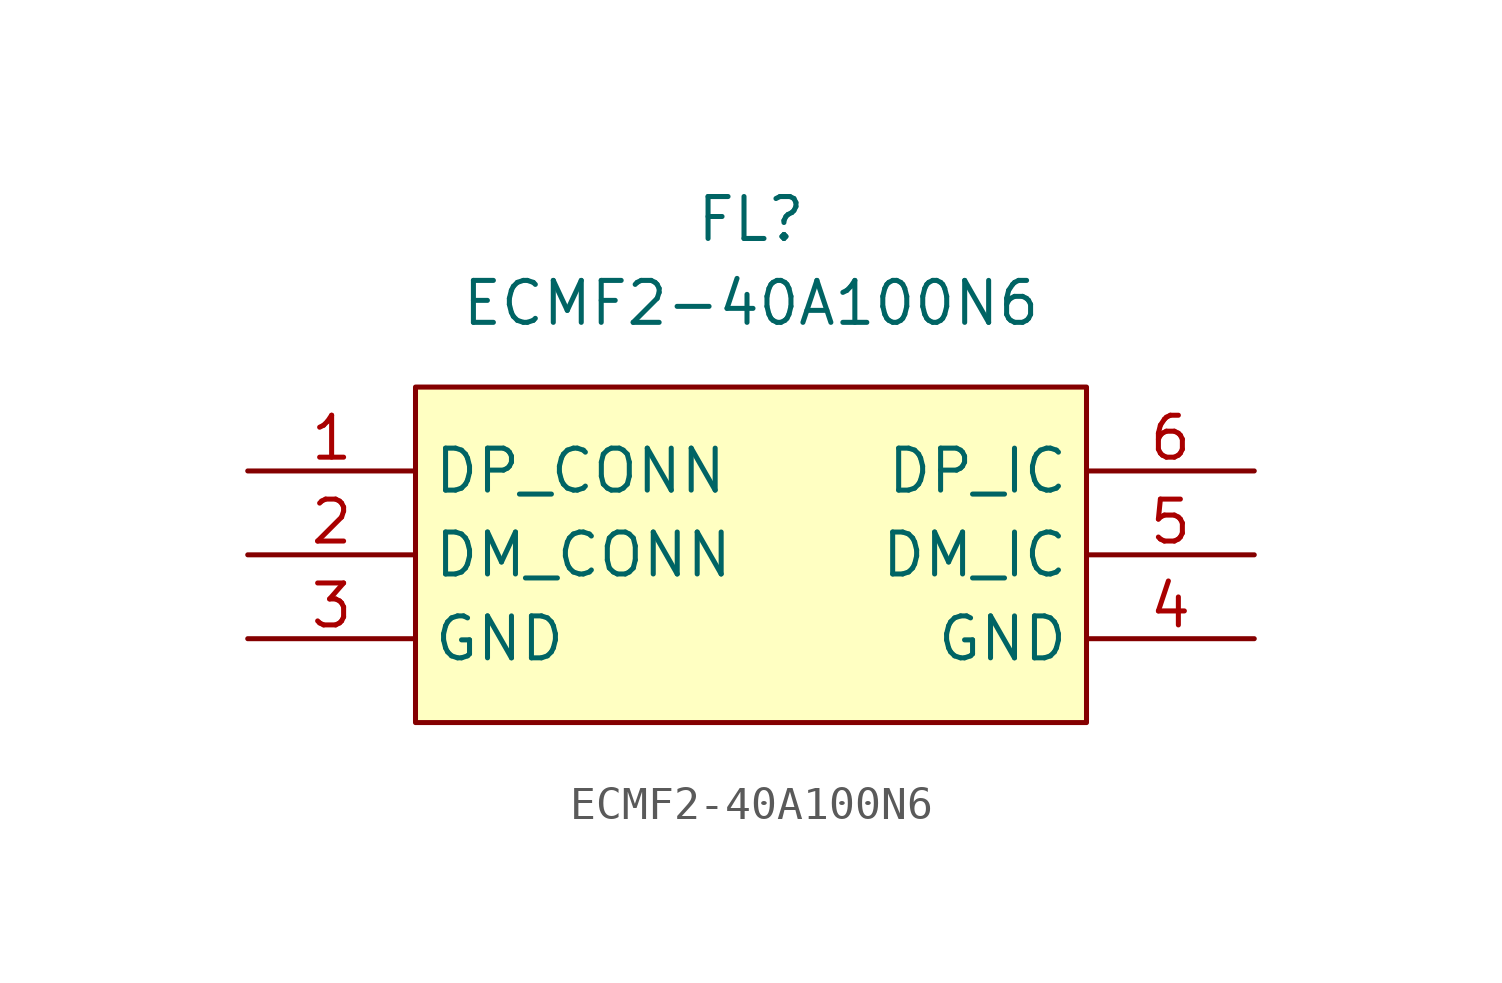
<source format=kicad_sym>
(kicad_symbol_lib
  (version 20241209)
  (generator "kicad_symbol_editor")
  (generator_version "9.0")
  (symbol "ECMF2-40A100N6"
    (property "Reference" "FL"
      (at 0 7.62 0)
      (effects (font (size 1.27 1.27))))
    (property "Value" "ECMF2-40A100N6"
      (at 0 5.08 0)
      (effects (font (size 1.27 1.27))))
    (symbol "ECMF2-40A100N6_1_1"
      (rectangle (start -10.16 2.54) (end 10.16 -7.62) (stroke (width 0) (type solid)) (fill (type background)))
      (pin passive line (at -15.24 0 0) (length 5.08) (name "DP_CONN" (effects (font (size 1.27 1.27)))) (number "1" (effects (font (size 1.27 1.27)))))
      (pin passive line (at -15.24 -2.54 0) (length 5.08) (name "DM_CONN" (effects (font (size 1.27 1.27)))) (number "2" (effects (font (size 1.27 1.27)))))
      (pin passive line (at -15.24 -5.08 0) (length 5.08) (name "GND" (effects (font (size 1.27 1.27)))) (number "3" (effects (font (size 1.27 1.27)))))
      (pin passive line (at 15.24 0 180) (length 5.08) (name "DP_IC" (effects (font (size 1.27 1.27)))) (number "6" (effects (font (size 1.27 1.27)))))
      (pin passive line (at 15.24 -2.54 180) (length 5.08) (name "DM_IC" (effects (font (size 1.27 1.27)))) (number "5" (effects (font (size 1.27 1.27)))))
      (pin passive line (at 15.24 -5.08 180) (length 5.08) (name "GND" (effects (font (size 1.27 1.27)))) (number "4" (effects (font (size 1.27 1.27))))))))
</source>
